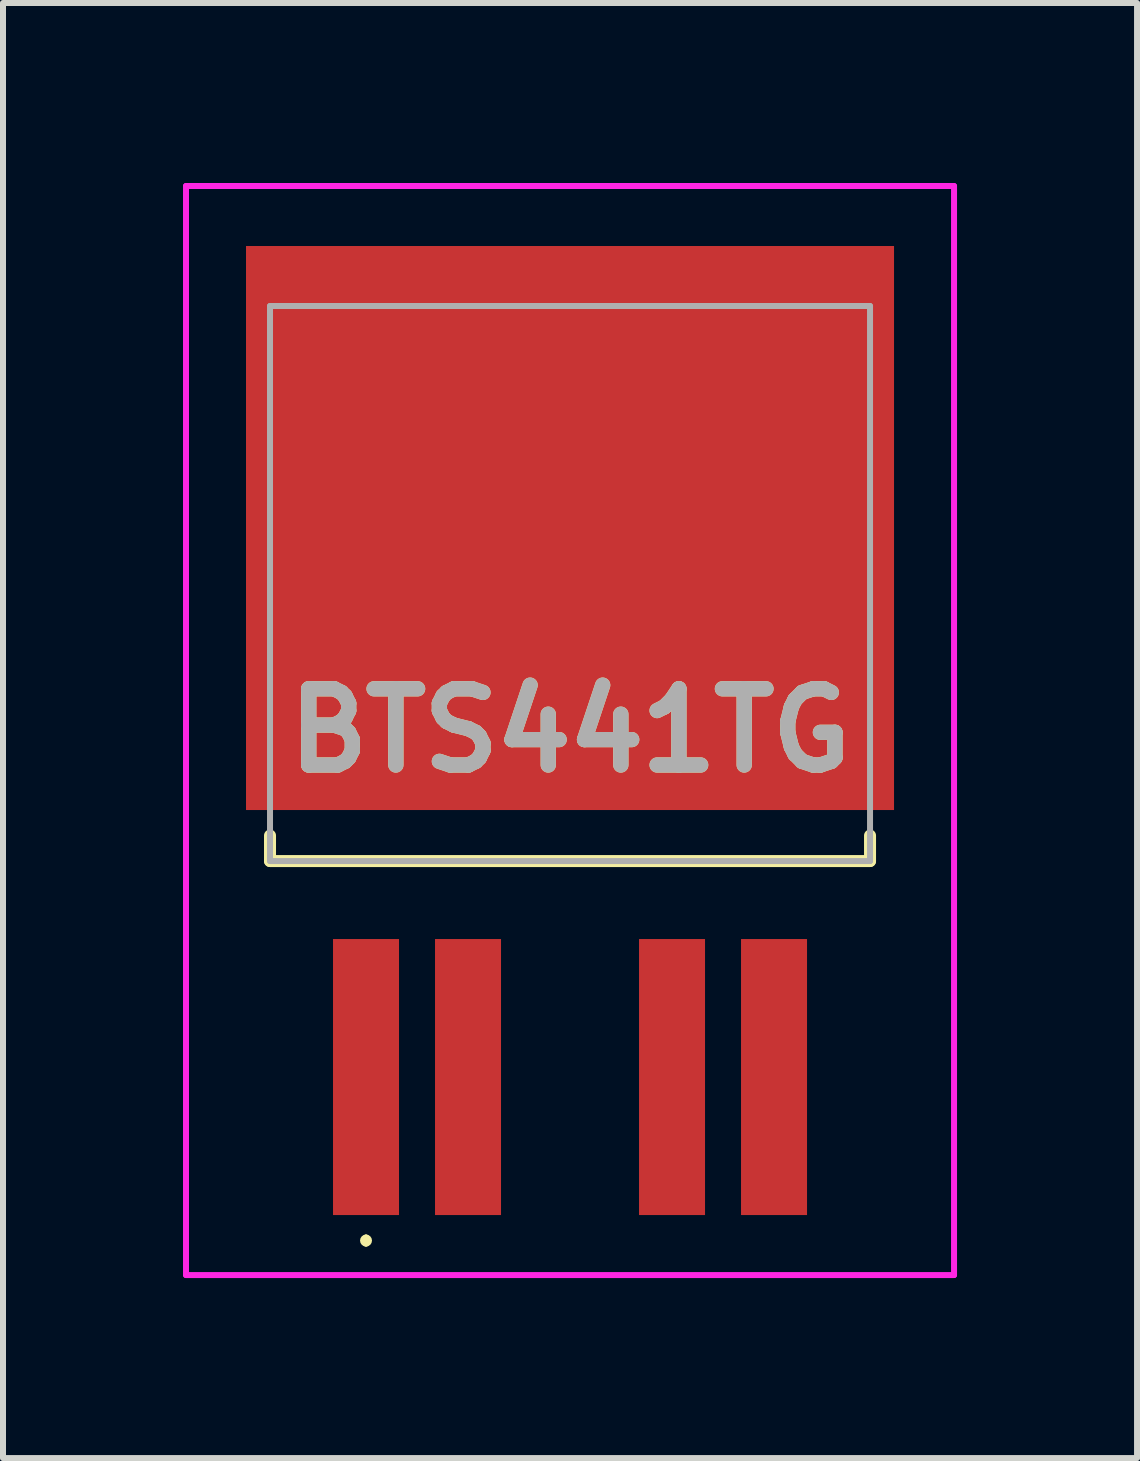
<source format=kicad_pcb>
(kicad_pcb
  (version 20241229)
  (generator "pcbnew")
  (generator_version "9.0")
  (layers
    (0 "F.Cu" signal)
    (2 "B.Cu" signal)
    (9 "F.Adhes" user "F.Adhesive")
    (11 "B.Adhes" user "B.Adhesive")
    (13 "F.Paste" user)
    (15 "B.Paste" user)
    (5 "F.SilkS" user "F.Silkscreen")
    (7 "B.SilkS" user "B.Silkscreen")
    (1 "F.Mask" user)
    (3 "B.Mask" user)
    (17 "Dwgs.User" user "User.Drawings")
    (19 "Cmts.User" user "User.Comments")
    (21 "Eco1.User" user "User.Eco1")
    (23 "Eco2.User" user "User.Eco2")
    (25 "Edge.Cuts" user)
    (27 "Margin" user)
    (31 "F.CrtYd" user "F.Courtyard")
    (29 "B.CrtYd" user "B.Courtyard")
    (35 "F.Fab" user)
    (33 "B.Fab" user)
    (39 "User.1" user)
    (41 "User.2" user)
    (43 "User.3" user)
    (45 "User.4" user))
  (footprint "BTS441TG"
    (layer "F.Cu")
    (at 6.45 8.475)
    (property "Reference" "BTS441TG" (at 0 0.65 0) (layer "F.SilkS") (effects (font (size 1.27 1.27) (thickness 0.254))))
    (attr smd)
    (fp_line (start -5 2.4) (end -5 2.825) (stroke (width 0.2) (type solid)) (layer "F.SilkS"))
    (fp_line (start -5 2.825) (end 5 2.825) (stroke (width 0.2) (type solid)) (layer "F.SilkS"))
    (fp_line (start -3.4 9.1) (end -3.4 9.1) (stroke (width 0.1) (type solid)) (layer "F.SilkS"))
    (fp_line (start -3.4 9.2) (end -3.4 9.2) (stroke (width 0.1) (type solid)) (layer "F.SilkS"))
    (fp_line (start 5 2.825) (end 5 2.4) (stroke (width 0.2) (type solid)) (layer "F.SilkS"))
    (fp_arc (start -3.4 9.1) (mid -3.35 9.15) (end -3.4 9.2) (stroke (width 0.1) (type solid)) (layer "F.SilkS"))
    (fp_arc (start -3.4 9.2) (mid -3.45 9.15) (end -3.4 9.1) (stroke (width 0.1) (type solid)) (layer "F.SilkS"))
    (fp_line (start -6.4 -8.425) (end 6.4 -8.425) (stroke (width 0.1) (type solid)) (layer "F.CrtYd"))
    (fp_line (start -6.4 9.725) (end -6.4 -8.425) (stroke (width 0.1) (type solid)) (layer "F.CrtYd"))
    (fp_line (start 6.4 -8.425) (end 6.4 9.725) (stroke (width 0.1) (type solid)) (layer "F.CrtYd"))
    (fp_line (start 6.4 9.725) (end -6.4 9.725) (stroke (width 0.1) (type solid)) (layer "F.CrtYd"))
    (fp_line (start -5 -6.425) (end 5 -6.425) (stroke (width 0.1) (type solid)) (layer "F.Fab"))
    (fp_line (start -5 2.825) (end -5 -6.425) (stroke (width 0.1) (type solid)) (layer "F.Fab"))
    (fp_line (start 5 -6.425) (end 5 2.825) (stroke (width 0.1) (type solid)) (layer "F.Fab"))
    (fp_line (start 5 2.825) (end -5 2.825) (stroke (width 0.1) (type solid)) (layer "F.Fab"))
    (fp_text user "${REFERENCE}" (at 0 0.65 0) (layer "F.Fab") (effects (font (size 1.27 1.27) (thickness 0.254))))
    (pad "1" smd rect (at -3.4 6.425) (size 1.1 4.6) (layers "F.Cu" "F.Mask" "F.Paste"))
    (pad "2" smd rect (at -1.7 6.425) (size 1.1 4.6) (layers "F.Cu" "F.Mask" "F.Paste"))
    (pad "3" smd rect (at 0 -2.725 90) (size 9.4 10.8) (layers "F.Cu" "F.Mask" "F.Paste"))
    (pad "4" smd rect (at 1.7 6.425) (size 1.1 4.6) (layers "F.Cu" "F.Mask" "F.Paste"))
    (pad "5" smd rect (at 3.4 6.425) (size 1.1 4.6) (layers "F.Cu" "F.Mask" "F.Paste")))
  (gr_rect
    (start -3 -3)
    (end 15.9 21.25)
    (stroke (width 0.1) (type default))
    (fill no)
    (layer "Edge.Cuts")))
</source>
